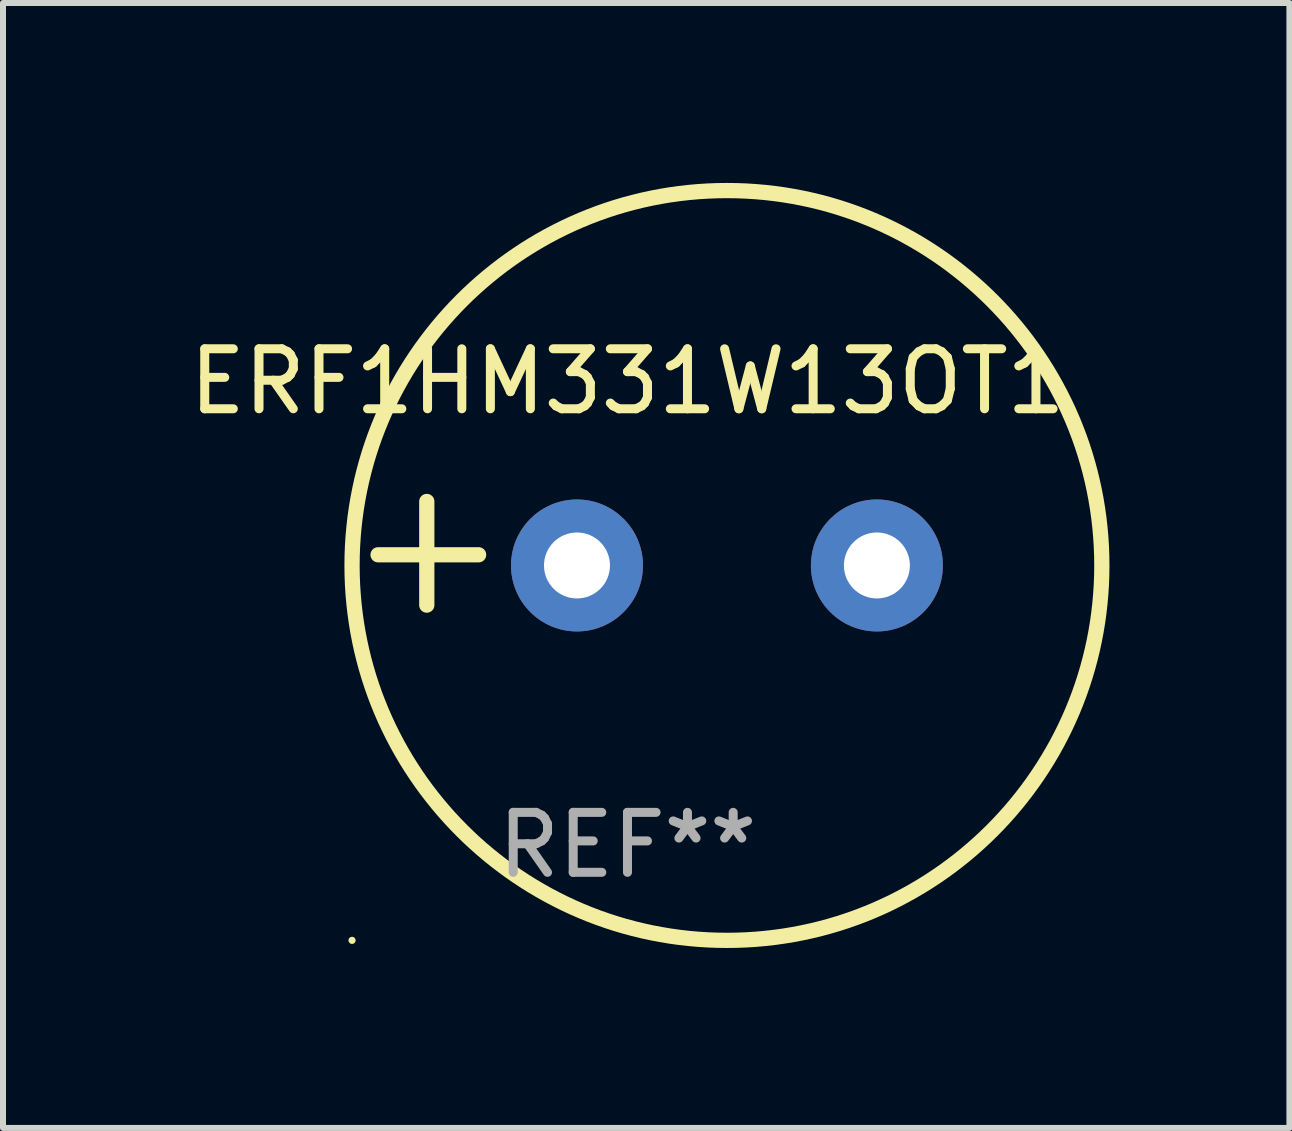
<source format=kicad_pcb>
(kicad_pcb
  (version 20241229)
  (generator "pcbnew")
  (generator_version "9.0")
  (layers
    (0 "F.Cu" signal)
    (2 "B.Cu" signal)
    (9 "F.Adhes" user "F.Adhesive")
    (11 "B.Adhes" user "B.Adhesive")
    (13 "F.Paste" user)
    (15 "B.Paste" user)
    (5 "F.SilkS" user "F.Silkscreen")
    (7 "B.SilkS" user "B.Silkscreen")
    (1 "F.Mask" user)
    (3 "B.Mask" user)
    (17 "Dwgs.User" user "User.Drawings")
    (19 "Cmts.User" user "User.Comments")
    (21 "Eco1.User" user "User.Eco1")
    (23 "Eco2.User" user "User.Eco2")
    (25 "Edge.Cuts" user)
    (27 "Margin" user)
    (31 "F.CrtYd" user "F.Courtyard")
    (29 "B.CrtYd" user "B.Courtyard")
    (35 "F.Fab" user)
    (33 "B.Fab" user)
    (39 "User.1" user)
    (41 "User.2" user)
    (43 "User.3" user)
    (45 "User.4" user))
  (footprint "ERF1HM331W13OT1"
    (layer "F.Cu")
    (at 7.411 6.174)
    (property "Reference" "ERF1HM331W13OT1" (at 0 -2.864 0) (layer "F.SilkS") (effects (font (size 1 1) (thickness 0.15))))
    (attr through_hole)
    (fp_line (start -3.346 0.864) (end -3.346 -0.864) (stroke (width 0.254) (type solid)) (layer "F.SilkS"))
    (fp_line (start -2.482 0.025) (end -4.158 0.025) (stroke (width 0.254) (type solid)) (layer "F.SilkS"))
    (fp_circle (center -4.592 6.453) (end -4.562 6.453) (stroke (width 0.06) (type solid)) (fill no) (layer "F.SilkS"))
    (fp_circle (center 1.658 0.203) (end 7.908 0.203) (stroke (width 0.254) (type solid)) (fill no) (layer "F.SilkS"))
    (fp_text user "REF**" (at 0 4.864 0) (layer "F.Fab") (effects (font (size 1 1) (thickness 0.15))))
    (pad "1" thru_hole circle (at -0.842 0.203) (size 2.2 2.2) (drill 1.1) (layers "*.Cu" "*.Mask"))
    (pad "2" thru_hole circle (at 4.158 0.203) (size 2.2 2.2) (drill 1.1) (layers "*.Cu" "*.Mask")))
  (gr_rect
    (start -3 -3)
    (end 18.446 15.754)
    (stroke (width 0.1) (type default))
    (fill no)
    (layer "Edge.Cuts")))
</source>
